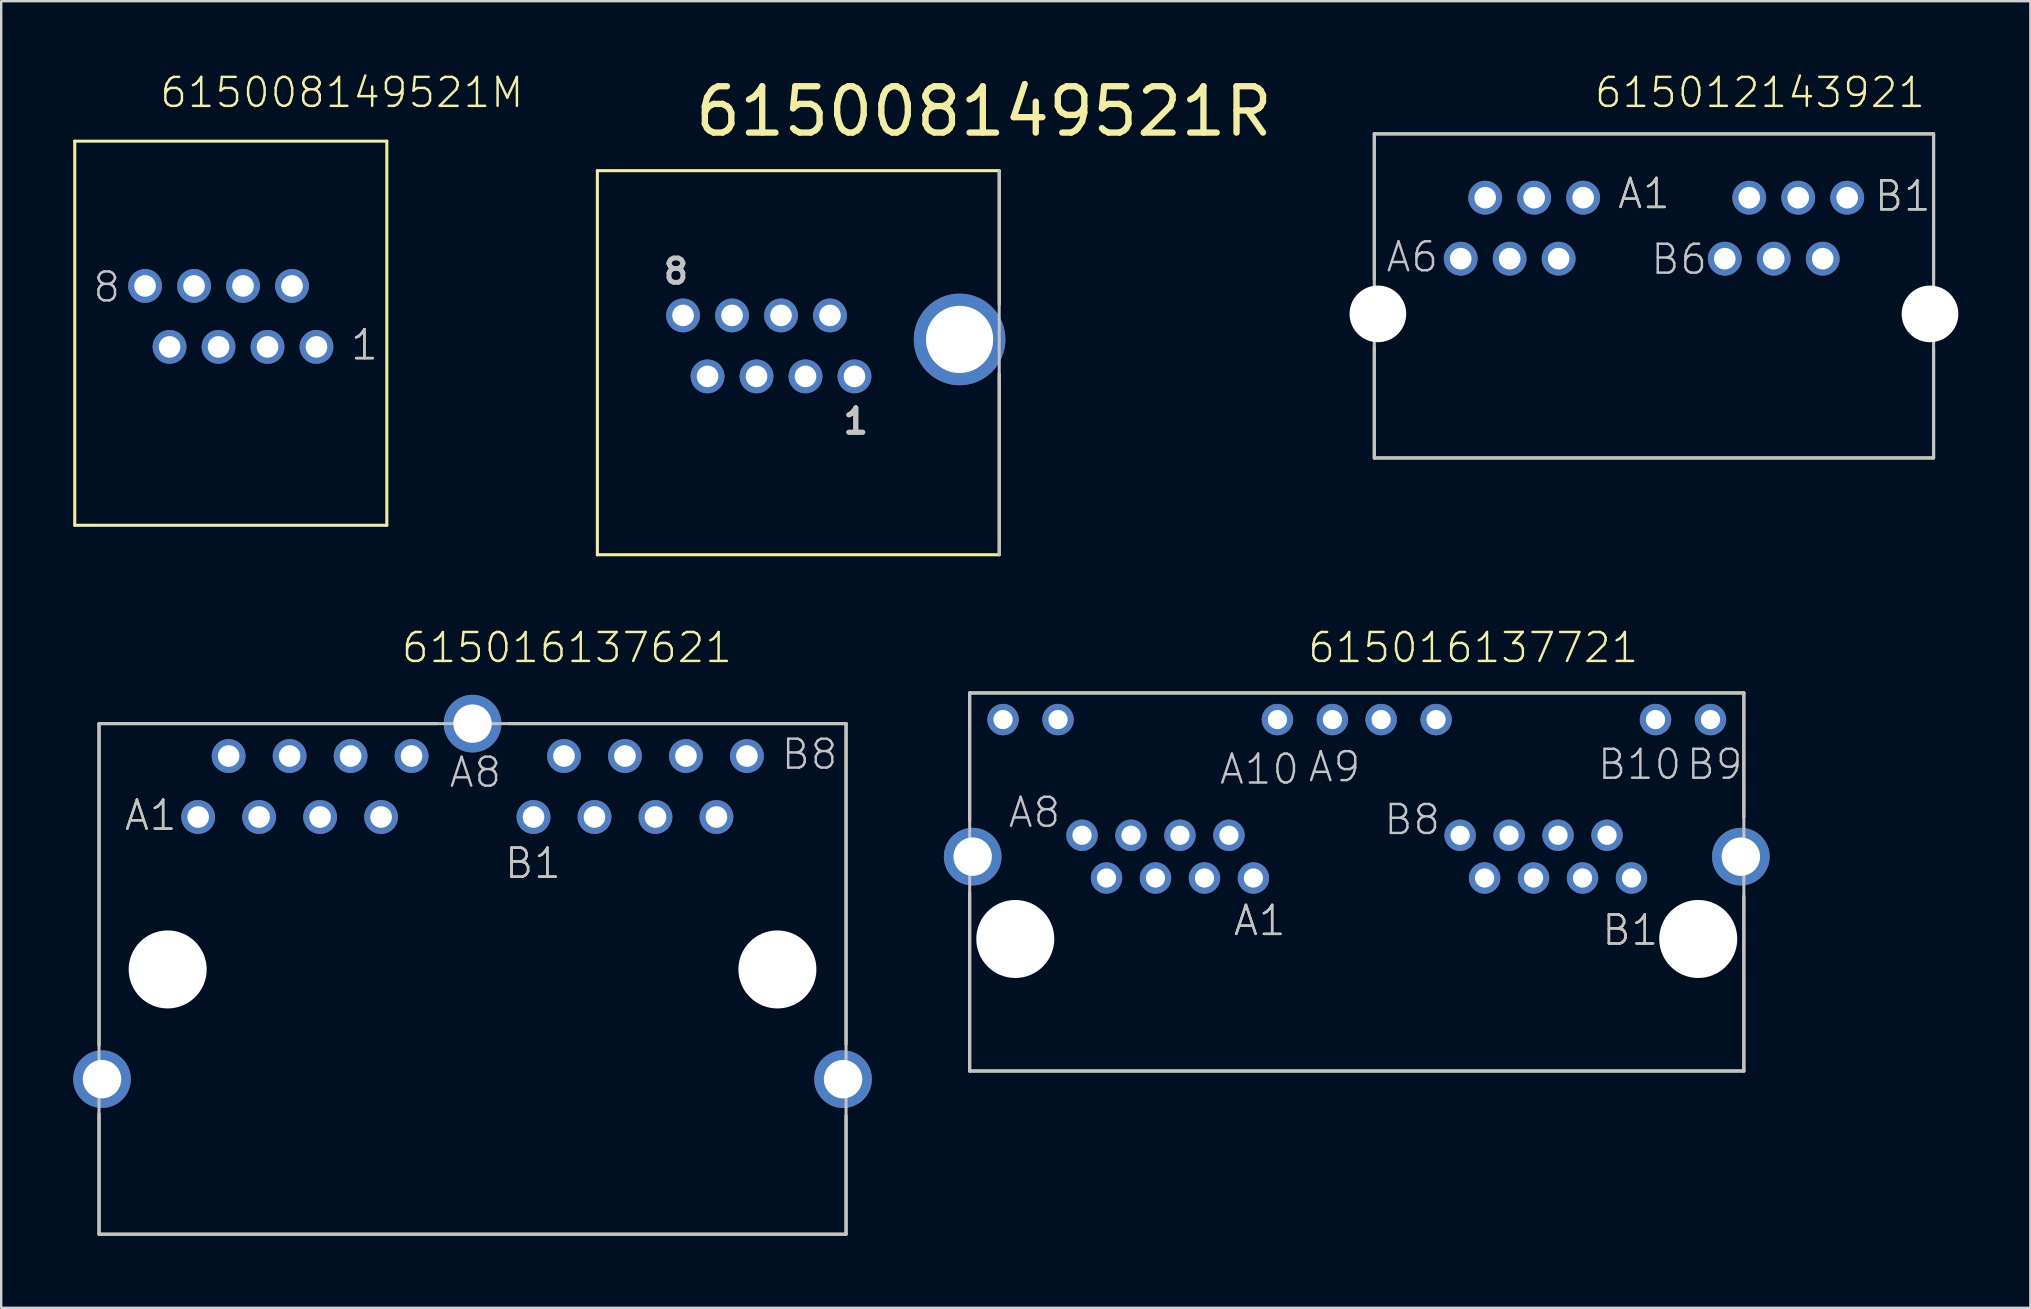
<source format=kicad_pcb>
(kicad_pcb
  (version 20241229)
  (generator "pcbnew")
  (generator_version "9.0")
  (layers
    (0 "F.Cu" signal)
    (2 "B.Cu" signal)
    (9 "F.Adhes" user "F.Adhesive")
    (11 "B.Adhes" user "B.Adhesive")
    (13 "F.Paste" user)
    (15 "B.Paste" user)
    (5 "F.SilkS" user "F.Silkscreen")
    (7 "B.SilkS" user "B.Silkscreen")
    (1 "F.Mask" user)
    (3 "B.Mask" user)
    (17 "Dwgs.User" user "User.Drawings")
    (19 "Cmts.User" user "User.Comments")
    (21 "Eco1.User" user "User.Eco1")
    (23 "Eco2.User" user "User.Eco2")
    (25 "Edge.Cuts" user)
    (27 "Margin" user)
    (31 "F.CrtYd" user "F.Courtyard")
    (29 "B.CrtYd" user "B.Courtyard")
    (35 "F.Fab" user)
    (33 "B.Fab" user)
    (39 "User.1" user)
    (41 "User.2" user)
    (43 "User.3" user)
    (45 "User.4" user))
  (footprint "615008149521M"
    (layer "F.Cu")
    (at 6.564 10.131)
    (property "Reference" "615008149521M" (at -3.022 -8.62 0) (layer "F.SilkS") (effects (font (size 1.206 1.206) (thickness 0.102)) (justify left bottom)))
    (attr through_hole)
    (fp_line (start -6.5 -7.3) (end 6.5 -7.3) (stroke (width 0.127) (type solid)) (layer "F.SilkS"))
    (fp_line (start -6.5 8.7) (end -6.5 -7.3) (stroke (width 0.127) (type solid)) (layer "F.SilkS"))
    (fp_line (start 6.5 -7.3) (end 6.5 8.7) (stroke (width 0.127) (type solid)) (layer "F.SilkS"))
    (fp_line (start 6.5 8.7) (end -6.5 8.7) (stroke (width 0.127) (type solid)) (layer "F.SilkS"))
    (fp_text user "1" (at 4.925 1.89 0) (layer "F.SilkS") (effects (font (size 1.206 1.206) (thickness 0.102)) (justify left bottom)))
    (fp_text user "8" (at -5.81 -0.515 0) (layer "Dwgs.User") (effects (font (size 1.206 1.206) (thickness 0.102)) (justify left bottom)))
    (fp_text user "1" (at 4.925 1.89 0) (layer "Dwgs.User") (effects (font (size 1.206 1.206) (thickness 0.102)) (justify left bottom)))
    (pad "1" thru_hole circle (at 3.57 1.27) (size 1.408 1.408) (drill 0.9) (layers "*.Cu" "*.Mask"))
    (pad "2" thru_hole circle (at 2.55 -1.27) (size 1.408 1.408) (drill 0.9) (layers "*.Cu" "*.Mask"))
    (pad "3" thru_hole circle (at 1.53 1.27) (size 1.408 1.408) (drill 0.9) (layers "*.Cu" "*.Mask"))
    (pad "4" thru_hole circle (at 0.51 -1.27) (size 1.408 1.408) (drill 0.9) (layers "*.Cu" "*.Mask"))
    (pad "5" thru_hole circle (at -0.51 1.27) (size 1.408 1.408) (drill 0.9) (layers "*.Cu" "*.Mask"))
    (pad "6" thru_hole circle (at -1.53 -1.27) (size 1.408 1.408) (drill 0.9) (layers "*.Cu" "*.Mask"))
    (pad "7" thru_hole circle (at -2.55 1.27) (size 1.408 1.408) (drill 0.9) (layers "*.Cu" "*.Mask"))
    (pad "8" thru_hole circle (at -3.57 -1.27) (size 1.408 1.408) (drill 0.9) (layers "*.Cu" "*.Mask")))
  (footprint "615008149521R"
    (layer "F.Cu")
    (at 36.925 11.09)
    (property "Reference" "615008149521R" (at -11.154 -8.367 0) (layer "F.SilkS") (effects (font (size 1.93 1.93) (thickness 0.264)) (justify left bottom)))
    (attr through_hole)
    (fp_line (start -15.09 -7.03) (end 1.65 -7.03) (stroke (width 0.127) (type solid)) (layer "F.SilkS"))
    (fp_line (start -15.09 8.97) (end -15.09 -7.03) (stroke (width 0.127) (type solid)) (layer "F.SilkS"))
    (fp_line (start -15.09 8.97) (end 1.65 8.97) (stroke (width 0.127) (type solid)) (layer "F.SilkS"))
    (fp_line (start 1.65 -1.46) (end 1.65 -7.03) (stroke (width 0.127) (type solid)) (layer "F.SilkS"))
    (fp_line (start 1.65 1.43) (end 1.65 8.97) (stroke (width 0.127) (type solid)) (layer "F.SilkS"))
    (fp_line (start 1.65 8.97) (end 1.65 -7.03) (stroke (width 0.127) (type solid)) (layer "Dwgs.User"))
    (fp_text user "1" (at -4.94 4 0) (layer "F.SilkS") (effects (font (size 1.013 1.013) (thickness 0.203)) (justify left bottom)))
    (fp_text user "8" (at -12.433 -2.245 0) (layer "Dwgs.User") (effects (font (size 1.013 1.013) (thickness 0.203)) (justify left bottom)))
    (fp_text user "1" (at -4.94 4 0) (layer "Dwgs.User") (effects (font (size 1.013 1.013) (thickness 0.203)) (justify left bottom)))
    (pad "1" thru_hole circle (at -4.38 1.54) (size 1.408 1.408) (drill 0.9) (layers "*.Cu" "*.Mask"))
    (pad "2" thru_hole circle (at -5.4 -1) (size 1.408 1.408) (drill 0.9) (layers "*.Cu" "*.Mask"))
    (pad "3" thru_hole circle (at -6.42 1.54) (size 1.408 1.408) (drill 0.9) (layers "*.Cu" "*.Mask"))
    (pad "4" thru_hole circle (at -7.44 -1) (size 1.408 1.408) (drill 0.9) (layers "*.Cu" "*.Mask"))
    (pad "5" thru_hole circle (at -8.46 1.54) (size 1.408 1.408) (drill 0.9) (layers "*.Cu" "*.Mask"))
    (pad "6" thru_hole circle (at -9.48 -1) (size 1.408 1.408) (drill 0.9) (layers "*.Cu" "*.Mask"))
    (pad "7" thru_hole circle (at -10.5 1.54) (size 1.408 1.408) (drill 0.9) (layers "*.Cu" "*.Mask"))
    (pad "8" thru_hole circle (at -11.52 -1) (size 1.408 1.408) (drill 0.9) (layers "*.Cu" "*.Mask"))
    (pad "SHEL" thru_hole circle (at 0 0) (size 3.816 3.816) (drill 2.8) (layers "*.Cu" "*.Mask")))
  (footprint "615012143921"
    (layer "F.Cu")
    (at 65.85 6.456)
    (property "Reference" "615012143921" (at -2.542 -4.945 0) (layer "F.SilkS") (effects (font (size 1.206 1.206) (thickness 0.102)) (justify left bottom)))
    (attr through_hole)
    (fp_line (start -11.65 -3.93) (end 11.65 -3.93) (stroke (width 0.127) (type solid)) (layer "F.SilkS"))
    (fp_line (start -11.65 2.14) (end -11.65 -3.93) (stroke (width 0.127) (type solid)) (layer "F.SilkS"))
    (fp_line (start -11.65 4.95) (end -11.65 9.57) (stroke (width 0.127) (type solid)) (layer "F.SilkS"))
    (fp_line (start -11.65 9.57) (end 11.65 9.57) (stroke (width 0.127) (type solid)) (layer "F.SilkS"))
    (fp_line (start 11.65 -3.93) (end 11.65 2.16) (stroke (width 0.127) (type solid)) (layer "F.SilkS"))
    (fp_line (start 11.65 9.57) (end 11.65 4.98) (stroke (width 0.127) (type solid)) (layer "F.SilkS"))
    (fp_line (start -11.65 -3.93) (end 11.65 -3.93) (stroke (width 0.127) (type solid)) (layer "Dwgs.User"))
    (fp_line (start -11.65 9.57) (end -11.65 -3.93) (stroke (width 0.127) (type solid)) (layer "Dwgs.User"))
    (fp_line (start 11.65 -3.93) (end 11.65 9.57) (stroke (width 0.127) (type solid)) (layer "Dwgs.User"))
    (fp_line (start 11.65 9.57) (end -11.65 9.57) (stroke (width 0.127) (type solid)) (layer "Dwgs.User"))
    (fp_text user "B1" (at 9.12 -0.635 0) (layer "F.SilkS") (effects (font (size 1.206 1.206) (thickness 0.102)) (justify left bottom)))
    (fp_text user "A1" (at -1.575 -0.735 0) (layer "F.SilkS") (effects (font (size 1.206 1.206) (thickness 0.102)) (justify left bottom)))
    (fp_text user "A1" (at -1.575 -0.735 0) (layer "Dwgs.User") (effects (font (size 1.206 1.206) (thickness 0.102)) (justify left bottom)))
    (fp_text user "B1" (at 9.12 -0.635 0) (layer "Dwgs.User") (effects (font (size 1.206 1.206) (thickness 0.102)) (justify left bottom)))
    (fp_text user "B6" (at -0.195 2.005 0) (layer "Dwgs.User") (effects (font (size 1.206 1.206) (thickness 0.102)) (justify left bottom)))
    (fp_text user "A6" (at -11.225 1.905 0) (layer "Dwgs.User") (effects (font (size 1.206 1.206) (thickness 0.102)) (justify left bottom)))
    (pad "" np_thru_hole circle (at -11.5 3.57) (size 2.36 2.36) (drill 2.36) (layers "*.Cu"))
    (pad "" np_thru_hole circle (at 11.5 3.57) (size 2.36 2.36) (drill 2.36) (layers "*.Cu"))
    (pad "A1" thru_hole circle (at -2.95 -1.27) (size 1.408 1.408) (drill 0.9) (layers "*.Cu" "*.Mask"))
    (pad "A2" thru_hole circle (at -3.97 1.27) (size 1.408 1.408) (drill 0.9) (layers "*.Cu" "*.Mask"))
    (pad "A3" thru_hole circle (at -4.99 -1.27) (size 1.408 1.408) (drill 0.9) (layers "*.Cu" "*.Mask"))
    (pad "A4" thru_hole circle (at -6.01 1.27) (size 1.408 1.408) (drill 0.9) (layers "*.Cu" "*.Mask"))
    (pad "A5" thru_hole circle (at -7.03 -1.27) (size 1.408 1.408) (drill 0.9) (layers "*.Cu" "*.Mask"))
    (pad "A6" thru_hole circle (at -8.05 1.27) (size 1.408 1.408) (drill 0.9) (layers "*.Cu" "*.Mask"))
    (pad "B1" thru_hole circle (at 8.05 -1.27) (size 1.408 1.408) (drill 0.9) (layers "*.Cu" "*.Mask"))
    (pad "B2" thru_hole circle (at 7.03 1.27) (size 1.408 1.408) (drill 0.9) (layers "*.Cu" "*.Mask"))
    (pad "B3" thru_hole circle (at 6.01 -1.27) (size 1.408 1.408) (drill 0.9) (layers "*.Cu" "*.Mask"))
    (pad "B4" thru_hole circle (at 4.99 1.27) (size 1.408 1.408) (drill 0.9) (layers "*.Cu" "*.Mask"))
    (pad "B5" thru_hole circle (at 3.97 -1.27) (size 1.408 1.408) (drill 0.9) (layers "*.Cu" "*.Mask"))
    (pad "B6" thru_hole circle (at 2.95 1.27) (size 1.408 1.408) (drill 0.9) (layers "*.Cu" "*.Mask")))
  (footprint "615016137721"
    (layer "F.Cu")
    (at 53.47 32.636)
    (property "Reference" "615016137721" (at -2.107 -8.001 0) (layer "F.SilkS") (effects (font (size 1.206 1.206) (thickness 0.102)) (justify left bottom)))
    (attr through_hole)
    (fp_line (start -16.125 -6.82) (end 16.125 -6.82) (stroke (width 0.127) (type solid)) (layer "F.SilkS"))
    (fp_line (start -16.125 -1.497) (end -16.125 -6.82) (stroke (width 0.127) (type solid)) (layer "F.SilkS"))
    (fp_line (start -16.125 1.497) (end -16.125 8.93) (stroke (width 0.127) (type solid)) (layer "F.SilkS"))
    (fp_line (start -16.125 8.93) (end 16.125 8.93) (stroke (width 0.127) (type solid)) (layer "F.SilkS"))
    (fp_line (start 16.125 -6.82) (end 16.125 -1.647) (stroke (width 0.127) (type solid)) (layer "F.SilkS"))
    (fp_line (start 16.125 8.93) (end 16.125 1.647) (stroke (width 0.127) (type solid)) (layer "F.SilkS"))
    (fp_line (start -16.125 -6.82) (end 16.125 -6.82) (stroke (width 0.127) (type solid)) (layer "Dwgs.User"))
    (fp_line (start -16.125 8.93) (end -16.125 -6.82) (stroke (width 0.127) (type solid)) (layer "Dwgs.User"))
    (fp_line (start 16.125 -6.82) (end 16.125 8.93) (stroke (width 0.127) (type solid)) (layer "Dwgs.User"))
    (fp_line (start 16.125 8.93) (end -16.125 8.93) (stroke (width 0.127) (type solid)) (layer "Dwgs.User"))
    (fp_text user "A1" (at -5.2 3.37 0) (layer "F.SilkS") (effects (font (size 1.206 1.206) (thickness 0.102)) (justify left bottom)))
    (fp_text user "B1" (at 10.15 3.77 0) (layer "F.SilkS") (effects (font (size 1.206 1.206) (thickness 0.102)) (justify left bottom)))
    (fp_text user "B9" (at 13.665 -3.135 0) (layer "Dwgs.User") (effects (font (size 1.206 1.206) (thickness 0.102)) (justify left bottom)))
    (fp_text user "B8" (at 1.065 -0.835 0) (layer "Dwgs.User") (effects (font (size 1.206 1.206) (thickness 0.102)) (justify left bottom)))
    (fp_text user "B1" (at 10.15 3.77 0) (layer "Dwgs.User") (effects (font (size 1.206 1.206) (thickness 0.102)) (justify left bottom)))
    (fp_text user "A10" (at -5.785 -2.935 0) (layer "Dwgs.User") (effects (font (size 1.206 1.206) (thickness 0.102)) (justify left bottom)))
    (fp_text user "A9" (at -2.085 -3.035 0) (layer "Dwgs.User") (effects (font (size 1.206 1.206) (thickness 0.102)) (justify left bottom)))
    (fp_text user "A1" (at -5.2 3.37 0) (layer "Dwgs.User") (effects (font (size 1.206 1.206) (thickness 0.102)) (justify left bottom)))
    (fp_text user "B10" (at 9.965 -3.135 0) (layer "Dwgs.User") (effects (font (size 1.206 1.206) (thickness 0.102)) (justify left bottom)))
    (fp_text user "A8" (at -14.585 -1.135 0) (layer "Dwgs.User") (effects (font (size 1.206 1.206) (thickness 0.102)) (justify left bottom)))
    (pad "" np_thru_hole circle (at -14.225 3.43) (size 3.25 3.25) (drill 3.25) (layers "*.Cu"))
    (pad "" np_thru_hole circle (at 14.225 3.43) (size 3.25 3.25) (drill 3.25) (layers "*.Cu"))
    (pad "A1" thru_hole circle (at -4.305 0.89) (size 1.308 1.308) (drill 0.8) (layers "*.Cu" "*.Mask"))
    (pad "A2" thru_hole circle (at -5.325 -0.89) (size 1.308 1.308) (drill 0.8) (layers "*.Cu" "*.Mask"))
    (pad "A3" thru_hole circle (at -6.345 0.89) (size 1.308 1.308) (drill 0.8) (layers "*.Cu" "*.Mask"))
    (pad "A4" thru_hole circle (at -7.365 -0.89) (size 1.308 1.308) (drill 0.8) (layers "*.Cu" "*.Mask"))
    (pad "A5" thru_hole circle (at -8.385 0.89) (size 1.308 1.308) (drill 0.8) (layers "*.Cu" "*.Mask"))
    (pad "A6" thru_hole circle (at -9.405 -0.89) (size 1.308 1.308) (drill 0.8) (layers "*.Cu" "*.Mask"))
    (pad "A7" thru_hole circle (at -10.425 0.89) (size 1.308 1.308) (drill 0.8) (layers "*.Cu" "*.Mask"))
    (pad "A8" thru_hole circle (at -11.445 -0.89) (size 1.308 1.308) (drill 0.8) (layers "*.Cu" "*.Mask"))
    (pad "A9" thru_hole circle (at -1.015 -5.71) (size 1.308 1.308) (drill 0.8) (layers "*.Cu" "*.Mask"))
    (pad "A10" thru_hole circle (at -3.305 -5.71) (size 1.308 1.308) (drill 0.8) (layers "*.Cu" "*.Mask"))
    (pad "A11" thru_hole circle (at -12.445 -5.71) (size 1.308 1.308) (drill 0.8) (layers "*.Cu" "*.Mask"))
    (pad "A12" thru_hole circle (at -14.735 -5.71) (size 1.308 1.308) (drill 0.8) (layers "*.Cu" "*.Mask"))
    (pad "B1" thru_hole circle (at 11.445 0.89) (size 1.308 1.308) (drill 0.8) (layers "*.Cu" "*.Mask"))
    (pad "B2" thru_hole circle (at 10.425 -0.89) (size 1.308 1.308) (drill 0.8) (layers "*.Cu" "*.Mask"))
    (pad "B3" thru_hole circle (at 9.405 0.89) (size 1.308 1.308) (drill 0.8) (layers "*.Cu" "*.Mask"))
    (pad "B4" thru_hole circle (at 8.385 -0.89) (size 1.308 1.308) (drill 0.8) (layers "*.Cu" "*.Mask"))
    (pad "B5" thru_hole circle (at 7.365 0.89) (size 1.308 1.308) (drill 0.8) (layers "*.Cu" "*.Mask"))
    (pad "B6" thru_hole circle (at 6.345 -0.89) (size 1.308 1.308) (drill 0.8) (layers "*.Cu" "*.Mask"))
    (pad "B7" thru_hole circle (at 5.325 0.89) (size 1.308 1.308) (drill 0.8) (layers "*.Cu" "*.Mask"))
    (pad "B8" thru_hole circle (at 4.305 -0.89) (size 1.308 1.308) (drill 0.8) (layers "*.Cu" "*.Mask"))
    (pad "B9" thru_hole circle (at 14.735 -5.71) (size 1.308 1.308) (drill 0.8) (layers "*.Cu" "*.Mask"))
    (pad "B10" thru_hole circle (at 12.445 -5.71) (size 1.308 1.308) (drill 0.8) (layers "*.Cu" "*.Mask"))
    (pad "B11" thru_hole circle (at 3.305 -5.71) (size 1.308 1.308) (drill 0.8) (layers "*.Cu" "*.Mask"))
    (pad "B12" thru_hole circle (at 1.015 -5.71) (size 1.308 1.308) (drill 0.8) (layers "*.Cu" "*.Mask"))
    (pad "SHEL" thru_hole circle (at -16 0) (size 2.4 2.4) (drill 1.6) (layers "*.Cu" "*.Mask"))
    (pad "SHEL" thru_hole circle (at 16 0) (size 2.4 2.4) (drill 1.6) (layers "*.Cu" "*.Mask")))
  (footprint "615016137621"
    (layer "F.Cu")
    (at 16.635 29.715)
    (property "Reference" "615016137621" (at -3.025 -5.08 0) (layer "F.SilkS") (effects (font (size 1.206 1.206) (thickness 0.102)) (justify left bottom)))
    (attr through_hole)
    (fp_line (start -15.56 -2.62) (end -15.56 10.78) (stroke (width 0.127) (type solid)) (layer "F.SilkS"))
    (fp_line (start -15.56 13.64) (end -15.56 18.65) (stroke (width 0.127) (type solid)) (layer "F.SilkS"))
    (fp_line (start -15.56 18.65) (end 15.56 18.65) (stroke (width 0.127) (type solid)) (layer "F.SilkS"))
    (fp_line (start -1.46 -2.62) (end -15.56 -2.62) (stroke (width 0.127) (type solid)) (layer "F.SilkS"))
    (fp_line (start 1.52 -2.62) (end 15.56 -2.62) (stroke (width 0.127) (type solid)) (layer "F.SilkS"))
    (fp_line (start 15.56 -2.62) (end 15.56 10.74) (stroke (width 0.127) (type solid)) (layer "F.SilkS"))
    (fp_line (start 15.56 18.65) (end 15.56 13.71) (stroke (width 0.127) (type solid)) (layer "F.SilkS"))
    (fp_line (start -15.56 -2.62) (end 15.56 -2.62) (stroke (width 0.127) (type solid)) (layer "Dwgs.User"))
    (fp_line (start -15.56 18.65) (end -15.56 -2.62) (stroke (width 0.127) (type solid)) (layer "Dwgs.User"))
    (fp_line (start 15.56 -2.62) (end 15.56 18.65) (stroke (width 0.127) (type solid)) (layer "Dwgs.User"))
    (fp_line (start 15.56 18.65) (end -15.56 18.65) (stroke (width 0.127) (type solid)) (layer "Dwgs.User"))
    (fp_text user "B1" (at 1.27 3.905 0) (layer "F.SilkS") (effects (font (size 1.206 1.206) (thickness 0.102)) (justify left bottom)))
    (fp_text user "A1" (at -14.565 1.905 0) (layer "F.SilkS") (effects (font (size 1.206 1.206) (thickness 0.102)) (justify left bottom)))
    (fp_text user "A8" (at -1.04 0.115 0) (layer "Dwgs.User") (effects (font (size 1.206 1.206) (thickness 0.102)) (justify left bottom)))
    (fp_text user "B1" (at 1.27 3.905 0) (layer "Dwgs.User") (effects (font (size 1.206 1.206) (thickness 0.102)) (justify left bottom)))
    (fp_text user "B8" (at 12.795 -0.635 0) (layer "Dwgs.User") (effects (font (size 1.206 1.206) (thickness 0.102)) (justify left bottom)))
    (fp_text user "A1" (at -14.565 1.905 0) (layer "Dwgs.User") (effects (font (size 1.206 1.206) (thickness 0.102)) (justify left bottom)))
    (pad "" np_thru_hole circle (at -12.7 7.62) (size 3.25 3.25) (drill 3.25) (layers "*.Cu"))
    (pad "" np_thru_hole circle (at 12.7 7.62) (size 3.25 3.25) (drill 3.25) (layers "*.Cu"))
    (pad "A1" thru_hole circle (at -11.43 1.27) (size 1.408 1.408) (drill 0.9) (layers "*.Cu" "*.Mask"))
    (pad "A2" thru_hole circle (at -10.16 -1.27) (size 1.408 1.408) (drill 0.9) (layers "*.Cu" "*.Mask"))
    (pad "A3" thru_hole circle (at -8.89 1.27) (size 1.408 1.408) (drill 0.9) (layers "*.Cu" "*.Mask"))
    (pad "A4" thru_hole circle (at -7.62 -1.27) (size 1.408 1.408) (drill 0.9) (layers "*.Cu" "*.Mask"))
    (pad "A5" thru_hole circle (at -6.35 1.27) (size 1.408 1.408) (drill 0.9) (layers "*.Cu" "*.Mask"))
    (pad "A6" thru_hole circle (at -5.08 -1.27) (size 1.408 1.408) (drill 0.9) (layers "*.Cu" "*.Mask"))
    (pad "A7" thru_hole circle (at -3.81 1.27) (size 1.408 1.408) (drill 0.9) (layers "*.Cu" "*.Mask"))
    (pad "A8" thru_hole circle (at -2.54 -1.27) (size 1.408 1.408) (drill 0.9) (layers "*.Cu" "*.Mask"))
    (pad "B1" thru_hole circle (at 2.54 1.27) (size 1.408 1.408) (drill 0.9) (layers "*.Cu" "*.Mask"))
    (pad "B2" thru_hole circle (at 3.81 -1.27) (size 1.408 1.408) (drill 0.9) (layers "*.Cu" "*.Mask"))
    (pad "B3" thru_hole circle (at 5.08 1.27) (size 1.408 1.408) (drill 0.9) (layers "*.Cu" "*.Mask"))
    (pad "B4" thru_hole circle (at 6.35 -1.27) (size 1.408 1.408) (drill 0.9) (layers "*.Cu" "*.Mask"))
    (pad "B5" thru_hole circle (at 7.62 1.27) (size 1.408 1.408) (drill 0.9) (layers "*.Cu" "*.Mask"))
    (pad "B6" thru_hole circle (at 8.89 -1.27) (size 1.408 1.408) (drill 0.9) (layers "*.Cu" "*.Mask"))
    (pad "B7" thru_hole circle (at 10.16 1.27) (size 1.408 1.408) (drill 0.9) (layers "*.Cu" "*.Mask"))
    (pad "B8" thru_hole circle (at 11.43 -1.27) (size 1.408 1.408) (drill 0.9) (layers "*.Cu" "*.Mask"))
    (pad "SHEL" thru_hole circle (at -15.435 12.19) (size 2.4 2.4) (drill 1.6) (layers "*.Cu" "*.Mask"))
    (pad "SHEL" thru_hole circle (at 0 -2.62) (size 2.4 2.4) (drill 1.6) (layers "*.Cu" "*.Mask"))
    (pad "SHEL" thru_hole circle (at 15.435 12.19) (size 2.4 2.4) (drill 1.6) (layers "*.Cu" "*.Mask")))
  (gr_rect
    (start -3 -3)
    (end 81.53 51.429)
    (stroke (width 0.1) (type default))
    (fill no)
    (layer "Edge.Cuts")))
</source>
